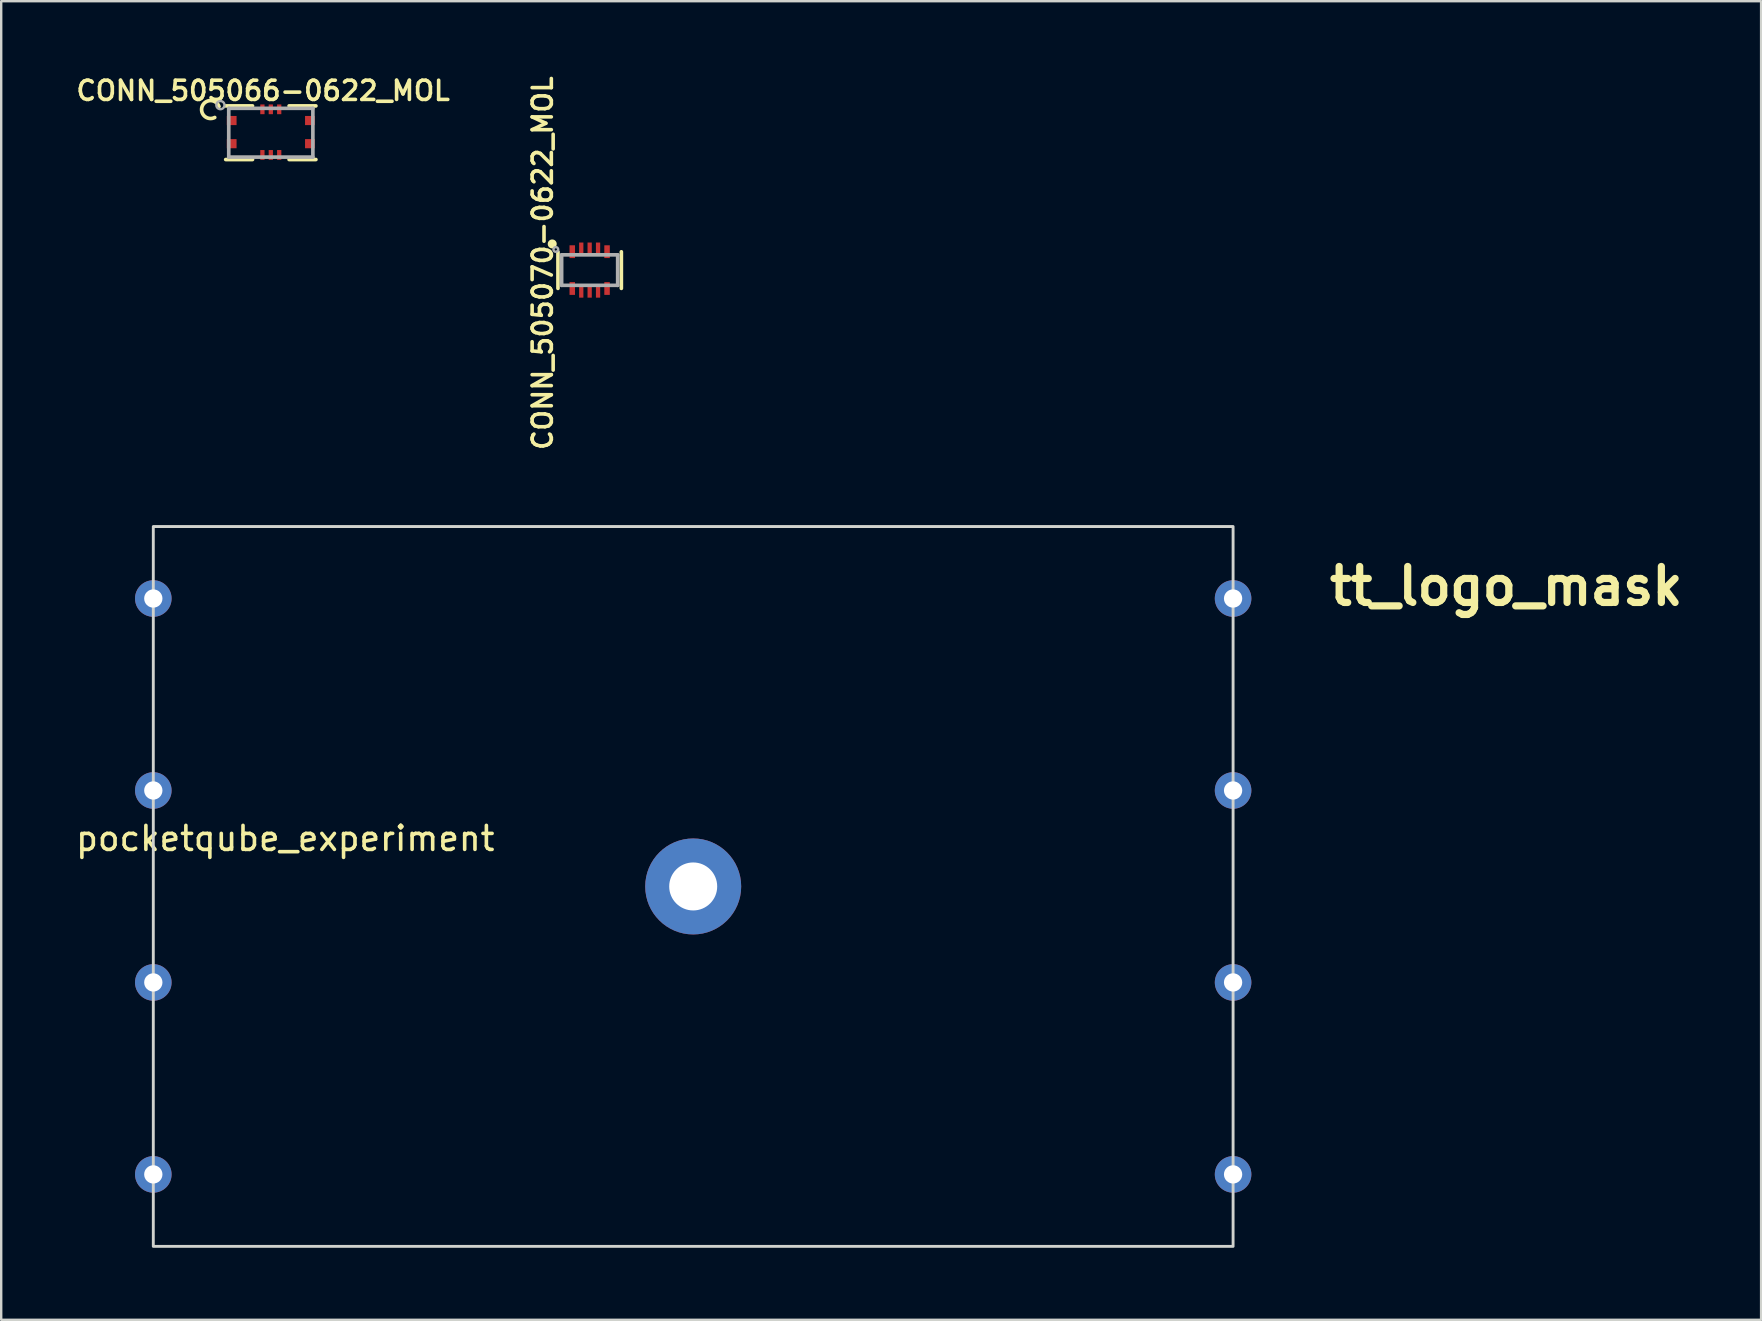
<source format=kicad_pcb>
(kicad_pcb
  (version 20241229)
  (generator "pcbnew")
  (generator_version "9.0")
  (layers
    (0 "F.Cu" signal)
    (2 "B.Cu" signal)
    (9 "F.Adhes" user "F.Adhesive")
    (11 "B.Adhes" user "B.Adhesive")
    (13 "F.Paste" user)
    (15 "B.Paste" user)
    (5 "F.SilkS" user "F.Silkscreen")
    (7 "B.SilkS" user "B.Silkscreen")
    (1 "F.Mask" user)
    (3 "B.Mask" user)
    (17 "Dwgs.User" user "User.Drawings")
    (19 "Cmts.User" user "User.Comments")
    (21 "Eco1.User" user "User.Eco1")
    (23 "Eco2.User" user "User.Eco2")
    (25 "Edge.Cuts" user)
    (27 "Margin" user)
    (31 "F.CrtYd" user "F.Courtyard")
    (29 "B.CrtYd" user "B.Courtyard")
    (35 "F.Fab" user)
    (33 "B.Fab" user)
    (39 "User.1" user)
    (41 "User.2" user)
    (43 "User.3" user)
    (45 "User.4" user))
  (footprint "tt_logo_mask"
    (layer "F.Cu")
    (at 59.723 21.379)
    (property "Reference" "tt_logo_mask" (at 0 0 0) (layer "F.SilkS") (effects (font (size 1.5 1.5) (thickness 0.3))))
    (attr board_only exclude_from_pos_files exclude_from_bom)
    (fp_poly (pts (xy 0.014 -2.546) (xy 0.07 -2.545) (xy 0.123 -2.543) (xy 0.172 -2.541) (xy 0.213 -2.539) (xy 0.236 -2.536) (xy 0.397 -2.514) (xy 0.552 -2.484) (xy 0.695 -2.447) (xy 0.848 -2.397) (xy 0.996 -2.338) (xy 1.139 -2.269) (xy 1.279 -2.192) (xy 1.412 -2.106) (xy 1.541 -2.012) (xy 1.663 -1.909) (xy 1.779 -1.799) (xy 1.888 -1.682) (xy 1.99 -1.558) (xy 2.084 -1.427) (xy 2.154 -1.318) (xy 2.232 -1.178) (xy 2.3 -1.035) (xy 2.359 -0.888) (xy 2.408 -0.738) (xy 2.448 -0.586) (xy 2.478 -0.432) (xy 2.499 -0.276) (xy 2.509 -0.12) (xy 2.51 0.036) (xy 2.502 0.193) (xy 2.484 0.349) (xy 2.456 0.503) (xy 2.418 0.657) (xy 2.37 0.807) (xy 2.313 0.956) (xy 2.246 1.101) (xy 2.234 1.124) (xy 2.155 1.267) (xy 2.067 1.404) (xy 1.971 1.534) (xy 1.867 1.658) (xy 1.755 1.775) (xy 1.634 1.887) (xy 1.609 1.908) (xy 1.587 1.926) (xy 1.563 1.945) (xy 1.538 1.965) (xy 1.515 1.983) (xy 1.493 2) (xy 1.476 2.013) (xy 1.463 2.021) (xy 1.458 2.024) (xy 1.457 2.019) (xy 1.456 2.004) (xy 1.456 1.981) (xy 1.455 1.951) (xy 1.455 1.914) (xy 1.455 1.872) (xy 1.454 1.825) (xy 1.454 1.777) (xy 1.454 1.529) (xy 1.513 1.468) (xy 1.603 1.37) (xy 1.684 1.271) (xy 1.757 1.169) (xy 1.824 1.063) (xy 1.875 0.972) (xy 1.938 0.843) (xy 1.992 0.712) (xy 2.036 0.578) (xy 2.072 0.438) (xy 2.099 0.294) (xy 2.109 0.221) (xy 2.113 0.184) (xy 2.115 0.139) (xy 2.117 0.088) (xy 2.118 0.033) (xy 2.119 -0.025) (xy 2.118 -0.082) (xy 2.117 -0.138) (xy 2.115 -0.19) (xy 2.113 -0.235) (xy 2.109 -0.273) (xy 2.109 -0.276) (xy 2.085 -0.424) (xy 2.052 -0.569) (xy 2.01 -0.71) (xy 1.958 -0.848) (xy 1.897 -0.98) (xy 1.828 -1.108) (xy 1.75 -1.229) (xy 1.742 -1.242) (xy 1.65 -1.363) (xy 1.551 -1.478) (xy 1.446 -1.584) (xy 1.334 -1.681) (xy 1.216 -1.771) (xy 1.093 -1.852) (xy 0.964 -1.924) (xy 0.829 -1.987) (xy 0.69 -2.041) (xy 0.65 -2.055) (xy 0.57 -2.079) (xy 0.491 -2.1) (xy 0.409 -2.118) (xy 0.323 -2.134) (xy 0.239 -2.146) (xy 0.211 -2.149) (xy 0.185 -2.152) (xy 0.158 -2.154) (xy 0.129 -2.156) (xy 0.095 -2.157) (xy 0.055 -2.157) (xy 0.007 -2.157) (xy -0.003 -2.158) (xy -0.061 -2.157) (xy -0.111 -2.157) (xy -0.156 -2.155) (xy -0.196 -2.153) (xy -0.236 -2.149) (xy -0.276 -2.144) (xy -0.32 -2.137) (xy -0.37 -2.129) (xy -0.386 -2.126) (xy -0.433 -2.118) (xy -0.472 -2.11) (xy -0.508 -2.102) (xy -0.542 -2.094) (xy -0.578 -2.084) (xy -0.619 -2.071) (xy -0.648 -2.062) (xy -0.787 -2.014) (xy -0.921 -1.956) (xy -1.052 -1.889) (xy -1.178 -1.812) (xy -1.3 -1.725) (xy -1.418 -1.629) (xy -1.504 -1.55) (xy -1.557 -1.499) (xy -0.547 -1.499) (xy 0.462 -1.499) (xy 0.462 -1.152) (xy 0.462 -0.806) (xy 0.097 -0.806) (xy -0.268 -0.806) (xy -0.266 -0.529) (xy -0.265 -0.252) (xy 0.686 -0.251) (xy 1.638 -0.249) (xy 1.637 0.096) (xy 1.635 0.441) (xy 1.272 0.442) (xy 0.908 0.444) (xy 0.907 1.384) (xy 0.906 2.324) (xy 0.858 2.342) (xy 0.78 2.37) (xy 0.694 2.396) (xy 0.602 2.42) (xy 0.506 2.442) (xy 0.408 2.461) (xy 0.311 2.476) (xy 0.249 2.483) (xy 0.225 2.485) (xy 0.193 2.487) (xy 0.154 2.489) (xy 0.111 2.491) (xy 0.065 2.492) (xy 0.019 2.493) (xy -0.026 2.494) (xy -0.068 2.495) (xy -0.105 2.495) (xy -0.135 2.494) (xy -0.152 2.493) (xy -0.224 2.488) (xy -0.293 2.481) (xy -0.356 2.473) (xy -0.383 2.469) (xy -0.543 2.44) (xy -0.699 2.401) (xy -0.852 2.352) (xy -1 2.294) (xy -1.144 2.228) (xy -1.283 2.152) (xy -1.417 2.068) (xy -1.546 1.975) (xy -1.668 1.875) (xy -1.785 1.767) (xy -1.894 1.652) (xy -1.997 1.529) (xy -2.092 1.4) (xy -2.179 1.264) (xy -2.246 1.145) (xy -2.317 0.999) (xy -2.377 0.851) (xy -2.428 0.699) (xy -2.469 0.544) (xy -2.501 0.385) (xy -2.522 0.223) (xy -2.531 0.113) (xy -2.533 0.073) (xy -2.534 0.029) (xy -2.534 -0.016) (xy -2.534 -0.062) (xy -2.533 -0.108) (xy -2.532 -0.153) (xy -2.53 -0.194) (xy -2.527 -0.231) (xy -2.524 -0.263) (xy -2.521 -0.288) (xy -2.517 -0.305) (xy -2.513 -0.313) (xy -2.513 -0.313) (xy -2.507 -0.314) (xy -2.491 -0.315) (xy -2.468 -0.316) (xy -2.438 -0.317) (xy -2.404 -0.317) (xy -2.367 -0.317) (xy -2.329 -0.317) (xy -2.29 -0.317) (xy -2.252 -0.317) (xy -2.217 -0.317) (xy -2.186 -0.316) (xy -2.162 -0.316) (xy -2.144 -0.315) (xy -2.135 -0.314) (xy -2.134 -0.314) (xy -2.132 -0.308) (xy -2.131 -0.295) (xy -2.133 -0.273) (xy -2.136 -0.249) (xy -2.139 -0.217) (xy -2.142 -0.176) (xy -2.143 -0.128) (xy -2.144 -0.077) (xy -2.145 -0.023) (xy -2.144 0.031) (xy -2.143 0.083) (xy -2.141 0.132) (xy -2.138 0.174) (xy -2.135 0.207) (xy -2.111 0.36) (xy -2.079 0.508) (xy -2.037 0.65) (xy -1.986 0.788) (xy -1.926 0.921) (xy -1.856 1.049) (xy -1.777 1.174) (xy -1.689 1.295) (xy -1.677 1.31) (xy -1.646 1.346) (xy -1.61 1.387) (xy -1.568 1.431) (xy -1.524 1.476) (xy -1.479 1.521) (xy -1.435 1.563) (xy -1.393 1.601) (xy -1.356 1.632) (xy -1.349 1.637) (xy -1.227 1.729) (xy -1.1 1.81) (xy -0.969 1.882) (xy -0.834 1.944) (xy -0.696 1.997) (xy -0.553 2.039) (xy -0.407 2.072) (xy -0.257 2.095) (xy -0.189 2.102) (xy -0.164 2.104) (xy -0.133 2.106) (xy -0.096 2.107) (xy -0.056 2.107) (xy -0.015 2.108) (xy 0.024 2.108) (xy 0.061 2.107) (xy 0.093 2.107) (xy 0.118 2.106) (xy 0.13 2.105) (xy 0.158 2.101) (xy 0.158 1.272) (xy 0.158 0.444) (xy -0.055 0.444) (xy -0.268 0.444) (xy -0.268 0.672) (xy -0.268 0.9) (xy -0.641 0.9) (xy -1.013 0.9) (xy -1.013 0.047) (xy -1.013 -0.806) (xy -1.712 -0.806) (xy -1.796 -0.806) (xy -1.878 -0.806) (xy -1.956 -0.806) (xy -2.03 -0.806) (xy -2.1 -0.806) (xy -2.163 -0.806) (xy -2.221 -0.807) (xy -2.273 -0.807) (xy -2.317 -0.807) (xy -2.353 -0.807) (xy -2.381 -0.808) (xy -2.4 -0.808) (xy -2.409 -0.808) (xy -2.41 -0.808) (xy -2.408 -0.815) (xy -2.403 -0.83) (xy -2.395 -0.852) (xy -2.385 -0.879) (xy -2.373 -0.908) (xy -2.361 -0.94) (xy -2.348 -0.971) (xy -2.336 -1.001) (xy -2.325 -1.027) (xy -2.316 -1.048) (xy -2.315 -1.05) (xy -2.249 -1.188) (xy -2.172 -1.324) (xy -2.087 -1.455) (xy -1.994 -1.582) (xy -1.894 -1.702) (xy -1.787 -1.814) (xy -1.769 -1.832) (xy -1.647 -1.943) (xy -1.519 -2.045) (xy -1.387 -2.138) (xy -1.249 -2.222) (xy -1.107 -2.297) (xy -0.96 -2.362) (xy -0.809 -2.418) (xy -0.653 -2.464) (xy -0.493 -2.501) (xy -0.329 -2.528) (xy -0.228 -2.539) (xy -0.192 -2.542) (xy -0.148 -2.544) (xy -0.097 -2.545) (xy -0.043 -2.546)) (stroke (width 0) (type solid)) (fill yes) (layer "F.Mask")))
  (footprint "CONN_505070-0622_MOL"
    (layer "F.Cu")
    (at 21.524 8.206)
    (property "Reference" "CONN_505070-0622_MOL" (at -1.96 -0.29 90) (layer "F.SilkS") (effects (font (size 0.8 0.8) (thickness 0.15))))
    (attr smd)
    (fp_line (start -1.321 -0.762) (end -1.321 0.762) (stroke (width 0.152) (type solid)) (layer "F.SilkS"))
    (fp_line (start 1.321 0.762) (end 1.321 -0.762) (stroke (width 0.152) (type solid)) (layer "F.SilkS"))
    (fp_circle (center -1.56 -1.09) (end -1.47 -1) (stroke (width 0.12) (type solid)) (fill yes) (layer "F.SilkS"))
    (fp_line (start -1.168 -0.635) (end -1.168 0.635) (stroke (width 0.152) (type solid)) (layer "F.Fab"))
    (fp_line (start -1.168 0.635) (end 1.168 0.635) (stroke (width 0.152) (type solid)) (layer "F.Fab"))
    (fp_line (start 1.168 -0.635) (end -1.168 -0.635) (stroke (width 0.152) (type solid)) (layer "F.Fab"))
    (fp_line (start 1.168 0.635) (end 1.168 -0.635) (stroke (width 0.152) (type solid)) (layer "F.Fab"))
    (fp_circle (center -1.41 -0.86) (end -1.48 -0.93) (stroke (width 0.1) (type solid)) (fill no) (layer "F.Fab"))
    (pad "1" smd rect (at -0.35 -0.907) (size 0.178 0.483) (layers "F.Cu" "F.Mask" "F.Paste"))
    (pad "2" smd rect (at -0.35 0.907) (size 0.178 0.483) (layers "F.Cu" "F.Mask" "F.Paste"))
    (pad "3" smd rect (at 0 -0.907) (size 0.178 0.483) (layers "F.Cu" "F.Mask" "F.Paste"))
    (pad "4" smd rect (at 0 0.907) (size 0.178 0.483) (layers "F.Cu" "F.Mask" "F.Paste"))
    (pad "5" smd rect (at 0.35 -0.907) (size 0.178 0.483) (layers "F.Cu" "F.Mask" "F.Paste"))
    (pad "6" smd rect (at 0.35 0.907) (size 0.178 0.483) (layers "F.Cu" "F.Mask" "F.Paste"))
    (pad "7" smd rect (at -0.725 -0.767) (size 0.229 0.533) (layers "F.Cu" "F.Mask" "F.Paste"))
    (pad "8" smd rect (at 0.725 -0.767) (size 0.229 0.533) (layers "F.Cu" "F.Mask" "F.Paste"))
    (pad "9" smd rect (at -0.725 0.767) (size 0.229 0.533) (layers "F.Cu" "F.Mask" "F.Paste"))
    (pad "10" smd rect (at 0.725 0.767) (size 0.229 0.533) (layers "F.Cu" "F.Mask" "F.Paste")))
  (footprint "pocketqube_experiment"
    (layer "F.Cu")
    (at 25.839 33.893)
    (property "Reference" "pocketqube_experiment" (at -17 -2 0) (unlocked yes) (layer "F.SilkS") (effects (font (size 1 1) (thickness 0.15))))
    (attr smd)
    (fp_rect (start -22.5 -15) (end 22.5 15) (stroke (width 0.12) (type default)) (fill no) (layer "Edge.Cuts"))
    (pad "1" thru_hole circle (at -22.5 -12) (size 1.524 1.524) (drill 0.762) (layers "*.Cu" "*.Mask"))
    (pad "2" thru_hole circle (at -22.5 -4) (size 1.524 1.524) (drill 0.762) (layers "*.Cu" "*.Mask"))
    (pad "3" thru_hole circle (at -22.5 4) (size 1.524 1.524) (drill 0.762) (layers "*.Cu" "*.Mask"))
    (pad "4" thru_hole circle (at -22.5 12) (size 1.524 1.524) (drill 0.762) (layers "*.Cu" "*.Mask"))
    (pad "5" thru_hole circle (at 22.5 12) (size 1.524 1.524) (drill 0.762) (layers "*.Cu" "*.Mask"))
    (pad "6" thru_hole circle (at 22.5 4) (size 1.524 1.524) (drill 0.762) (layers "*.Cu" "*.Mask"))
    (pad "7" thru_hole circle (at 22.5 -4) (size 1.524 1.524) (drill 0.762) (layers "*.Cu" "*.Mask"))
    (pad "8" thru_hole circle (at 22.5 -12) (size 1.524 1.524) (drill 0.762) (layers "*.Cu" "*.Mask"))
    (pad "9" thru_hole circle (at 0 0) (size 4 4) (drill 2) (layers "*.Cu" "*.Mask")))
  (footprint "CONN_505066-0622_MOL"
    (layer "F.Cu")
    (at 8.236 2.481)
    (property "Reference" "CONN_505066-0622_MOL" (at -0.32 -1.75 0) (layer "F.SilkS") (effects (font (size 0.8 0.8) (thickness 0.15))))
    (attr smd)
    (fp_line (start -1.88 1.118) (end -0.762 1.118) (stroke (width 0.152) (type solid)) (layer "F.SilkS"))
    (fp_line (start -0.762 -1.118) (end -1.88 -1.118) (stroke (width 0.152) (type solid)) (layer "F.SilkS"))
    (fp_line (start 0.762 1.118) (end 1.88 1.118) (stroke (width 0.152) (type solid)) (layer "F.SilkS"))
    (fp_line (start 1.88 -1.118) (end 0.762 -1.118) (stroke (width 0.152) (type solid)) (layer "F.SilkS"))
    (fp_arc (start -2.3368 -0.635) (mid -2.859318 -1.101374) (end -2.159 -1.0922) (stroke (width 0.1524) (type solid)) (layer "F.SilkS"))
    (fp_line (start -1.753 -1.016) (end -1.753 1.016) (stroke (width 0.152) (type solid)) (layer "F.Fab"))
    (fp_line (start -1.753 1.016) (end 1.753 1.016) (stroke (width 0.152) (type solid)) (layer "F.Fab"))
    (fp_line (start 1.753 -1.016) (end -1.753 -1.016) (stroke (width 0.152) (type solid)) (layer "F.Fab"))
    (fp_line (start 1.753 1.016) (end 1.753 -1.016) (stroke (width 0.152) (type solid)) (layer "F.Fab"))
    (fp_circle (center -2.1 -1.15) (end -1.98 -1.03) (stroke (width 0.1) (type solid)) (fill no) (layer "F.Fab"))
    (pad "1" smd rect (at -0.35 -0.975) (size 0.178 0.406) (layers "F.Cu" "F.Mask" "F.Paste"))
    (pad "2" smd rect (at -0.35 0.925) (size 0.178 0.406) (layers "F.Cu" "F.Mask" "F.Paste"))
    (pad "3" smd rect (at 0 -0.975) (size 0.178 0.406) (layers "F.Cu" "F.Mask" "F.Paste"))
    (pad "4" smd rect (at 0 0.925) (size 0.178 0.406) (layers "F.Cu" "F.Mask" "F.Paste"))
    (pad "5" smd rect (at 0.35 -0.975) (size 0.178 0.406) (layers "F.Cu" "F.Mask" "F.Paste"))
    (pad "6" smd rect (at 0.35 0.925) (size 0.178 0.406) (layers "F.Cu" "F.Mask" "F.Paste"))
    (pad "7" smd rect (at -1.63 -0.508) (size 0.406 0.381) (layers "F.Cu" "F.Mask" "F.Paste"))
    (pad "8" smd rect (at 1.63 -0.508) (size 0.406 0.381) (layers "F.Cu" "F.Mask" "F.Paste"))
    (pad "9" smd rect (at -1.63 0.457) (size 0.406 0.381) (layers "F.Cu" "F.Mask" "F.Paste"))
    (pad "10" smd rect (at 1.63 0.457) (size 0.406 0.381) (layers "F.Cu" "F.Mask" "F.Paste")))
  (gr_rect
    (start -3 -3)
    (end 70.344 51.953)
    (stroke (width 0.1) (type default))
    (fill no)
    (layer "Edge.Cuts")))
</source>
